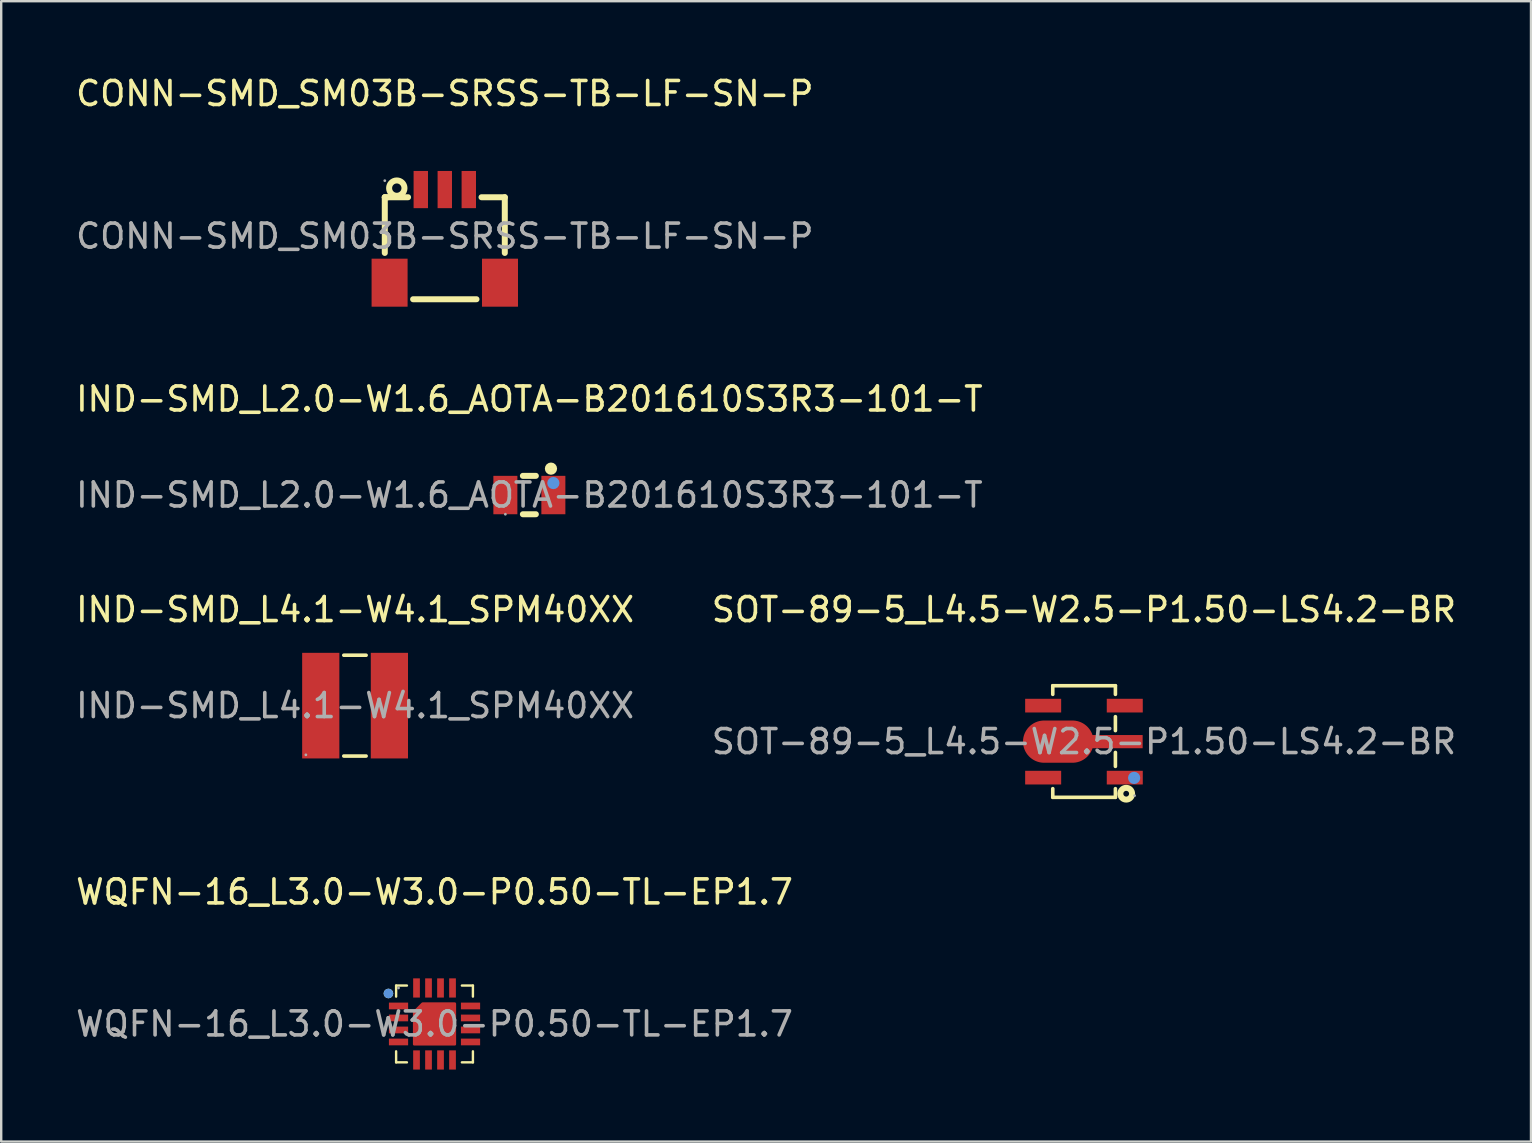
<source format=kicad_pcb>
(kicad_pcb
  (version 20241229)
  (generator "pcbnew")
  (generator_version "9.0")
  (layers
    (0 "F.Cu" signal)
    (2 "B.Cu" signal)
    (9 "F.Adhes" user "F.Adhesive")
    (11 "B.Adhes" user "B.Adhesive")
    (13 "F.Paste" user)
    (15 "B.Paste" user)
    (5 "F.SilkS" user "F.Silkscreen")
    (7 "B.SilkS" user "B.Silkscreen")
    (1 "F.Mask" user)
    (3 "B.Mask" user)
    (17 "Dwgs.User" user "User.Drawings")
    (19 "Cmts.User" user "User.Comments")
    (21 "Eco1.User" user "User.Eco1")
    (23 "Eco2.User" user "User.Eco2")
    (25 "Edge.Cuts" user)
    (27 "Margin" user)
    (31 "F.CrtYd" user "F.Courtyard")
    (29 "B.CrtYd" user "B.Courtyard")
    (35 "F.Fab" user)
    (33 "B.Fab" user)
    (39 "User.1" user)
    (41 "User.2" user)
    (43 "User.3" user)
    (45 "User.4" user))
  (footprint "SOT-89-5_L4.5-W2.5-P1.50-LS4.2-BR"
    (layer "F.Cu")
    (at 42.113 27.85)
    (property "Reference" "SOT-89-5_L4.5-W2.5-P1.50-LS4.2-BR" (at 0 -5.5 0) (layer "F.SilkS") (effects (font (size 1 1) (thickness 0.15))))
    (attr smd)
    (fp_line (start -1.3 -1.97) (end -1.3 -2.33) (stroke (width 0.15) (type solid)) (layer "F.SilkS"))
    (fp_line (start -1.3 2.32) (end -1.3 1.96) (stroke (width 0.15) (type solid)) (layer "F.SilkS"))
    (fp_line (start 1.31 -2.33) (end -1.3 -2.33) (stroke (width 0.15) (type solid)) (layer "F.SilkS"))
    (fp_line (start 1.31 -2.33) (end 1.31 -1.97) (stroke (width 0.15) (type solid)) (layer "F.SilkS"))
    (fp_line (start 1.31 -1.04) (end 1.31 -0.46) (stroke (width 0.15) (type solid)) (layer "F.SilkS"))
    (fp_line (start 1.31 0.45) (end 1.31 1.03) (stroke (width 0.15) (type solid)) (layer "F.SilkS"))
    (fp_line (start 1.31 1.96) (end 1.31 2.32) (stroke (width 0.15) (type solid)) (layer "F.SilkS"))
    (fp_line (start 1.31 2.32) (end -1.3 2.32) (stroke (width 0.15) (type solid)) (layer "F.SilkS"))
    (fp_circle (center 1.76 2.17) (end 1.88 2.17) (stroke (width 0.25) (type solid)) (fill no) (layer "F.SilkS"))
    (fp_circle (center 2.09 1.51) (end 2.22 1.51) (stroke (width 0.25) (type solid)) (fill no) (layer "Cmts.User"))
    (fp_circle (center 2.11 2.25) (end 2.14 2.25) (stroke (width 0.06) (type solid)) (fill no) (layer "F.Fab"))
    (fp_text user "${REFERENCE}" (at 0 0 0) (layer "F.Fab") (effects (font (size 1 1) (thickness 0.15))))
    (pad "1" smd rect (at 1.7 1.5) (size 1.5 0.57) (layers "F.Cu" "F.Mask" "F.Paste"))
    (pad "2" smd oval (at -1.07 0) (size 2.94 1.76) (layers "F.Cu" "F.Mask" "F.Paste"))
    (pad "2" smd rect (at 1.34 0) (size 2.21 0.55) (layers "F.Cu" "F.Mask" "F.Paste"))
    (pad "3" smd rect (at 1.7 -1.5) (size 1.5 0.57) (layers "F.Cu" "F.Mask" "F.Paste"))
    (pad "4" smd rect (at -1.7 -1.5) (size 1.5 0.57) (layers "F.Cu" "F.Mask" "F.Paste"))
    (pad "5" smd rect (at -1.7 1.5) (size 1.5 0.57) (layers "F.Cu" "F.Mask" "F.Paste")))
  (footprint "WQFN-16_L3.0-W3.0-P0.50-TL-EP1.7"
    (layer "F.Cu")
    (at 15.054 39.613)
    (property "Reference" "WQFN-16_L3.0-W3.0-P0.50-TL-EP1.7" (at 0 -5.5 0) (layer "F.SilkS") (effects (font (size 1 1) (thickness 0.15))))
    (attr smd)
    (fp_line (start -1.6 -1.6) (end -1.6 -1.14) (stroke (width 0.1) (type solid)) (layer "F.SilkS"))
    (fp_line (start -1.6 1.14) (end -1.6 1.6) (stroke (width 0.1) (type solid)) (layer "F.SilkS"))
    (fp_line (start -1.6 1.6) (end -1.15 1.6) (stroke (width 0.1) (type solid)) (layer "F.SilkS"))
    (fp_line (start -1.15 -1.6) (end -1.6 -1.6) (stroke (width 0.1) (type solid)) (layer "F.SilkS"))
    (fp_line (start 1.14 1.6) (end 1.6 1.6) (stroke (width 0.1) (type solid)) (layer "F.SilkS"))
    (fp_line (start 1.6 -1.6) (end 1.14 -1.6) (stroke (width 0.1) (type solid)) (layer "F.SilkS"))
    (fp_line (start 1.6 -1.6) (end 1.6 -1.14) (stroke (width 0.1) (type solid)) (layer "F.SilkS"))
    (fp_line (start 1.6 1.14) (end 1.6 1.6) (stroke (width 0.1) (type solid)) (layer "F.SilkS"))
    (fp_circle (center -1.92 -1.27) (end -1.82 -1.27) (stroke (width 0.2) (type solid)) (fill no) (layer "F.SilkS"))
    (fp_circle (center -1.92 -1.27) (end -1.82 -1.27) (stroke (width 0.2) (type solid)) (fill no) (layer "Cmts.User"))
    (fp_circle (center -1.5 -1.5) (end -1.47 -1.5) (stroke (width 0.06) (type solid)) (fill no) (layer "F.Fab"))
    (fp_text user "${REFERENCE}" (at 0 0 0) (layer "F.Fab") (effects (font (size 1 1) (thickness 0.15))))
    (pad "1" smd rect (at -1.5 -0.75 270) (size 0.28 0.8) (layers "F.Cu" "F.Mask" "F.Paste"))
    (pad "2" smd rect (at -1.5 -0.25 270) (size 0.28 0.8) (layers "F.Cu" "F.Mask" "F.Paste"))
    (pad "3" smd rect (at -1.5 0.25 270) (size 0.28 0.8) (layers "F.Cu" "F.Mask" "F.Paste"))
    (pad "4" smd rect (at -1.5 0.75 270) (size 0.28 0.8) (layers "F.Cu" "F.Mask" "F.Paste"))
    (pad "5" smd rect (at -0.75 1.5 270) (size 0.8 0.28) (layers "F.Cu" "F.Mask" "F.Paste"))
    (pad "6" smd rect (at -0.25 1.5 270) (size 0.8 0.28) (layers "F.Cu" "F.Mask" "F.Paste"))
    (pad "7" smd rect (at 0.25 1.5 270) (size 0.8 0.28) (layers "F.Cu" "F.Mask" "F.Paste"))
    (pad "8" smd rect (at 0.75 1.5 270) (size 0.8 0.28) (layers "F.Cu" "F.Mask" "F.Paste"))
    (pad "9" smd rect (at 1.5 0.75 270) (size 0.28 0.8) (layers "F.Cu" "F.Mask" "F.Paste"))
    (pad "10" smd rect (at 1.5 0.25 270) (size 0.28 0.8) (layers "F.Cu" "F.Mask" "F.Paste"))
    (pad "11" smd rect (at 1.5 -0.25 270) (size 0.28 0.8) (layers "F.Cu" "F.Mask" "F.Paste"))
    (pad "12" smd rect (at 1.5 -0.75 270) (size 0.28 0.8) (layers "F.Cu" "F.Mask" "F.Paste"))
    (pad "13" smd rect (at 0.75 -1.5 270) (size 0.8 0.28) (layers "F.Cu" "F.Mask" "F.Paste"))
    (pad "14" smd rect (at 0.25 -1.5 270) (size 0.8 0.28) (layers "F.Cu" "F.Mask" "F.Paste"))
    (pad "15" smd rect (at -0.25 -1.5 270) (size 0.8 0.28) (layers "F.Cu" "F.Mask" "F.Paste"))
    (pad "16" smd rect (at -0.75 -1.5 270) (size 0.8 0.28) (layers "F.Cu" "F.Mask" "F.Paste"))
    (pad "17" smd custom (at 0 0) (size 0.01 0.01) (layers "F.Cu" "F.Mask" "F.Paste") (options (anchor circle)) (primitives (gr_poly (pts (xy 0.85 -0.85) (xy 0.85 0.85) (xy -0.85 0.85) (xy -0.85 -0.5) (xy -0.5 -0.85)) (width 0.1) (fill yes)))))
  (footprint "IND-SMD_L4.1-W4.1_SPM40XX"
    (layer "F.Cu")
    (at 11.744 26.35)
    (property "Reference" "IND-SMD_L4.1-W4.1_SPM40XX" (at 0 -4 0) (layer "F.SilkS") (effects (font (size 1 1) (thickness 0.15))))
    (attr through_hole)
    (fp_line (start -0.47 -2.1) (end 0.46 -2.1) (stroke (width 0.15) (type solid)) (layer "F.SilkS"))
    (fp_line (start -0.47 2.1) (end 0.46 2.1) (stroke (width 0.15) (type solid)) (layer "F.SilkS"))
    (fp_circle (center -2.05 2.05) (end -2.02 2.05) (stroke (width 0.06) (type solid)) (fill no) (layer "F.Fab"))
    (fp_text user "${REFERENCE}" (at 0 0 0) (layer "F.Fab") (effects (font (size 1 1) (thickness 0.15))))
    (pad "1" smd rect (at -1.43 0) (size 1.55 4.4) (layers "F.Cu" "F.Mask" "F.Paste"))
    (pad "2" smd rect (at 1.43 0) (size 1.55 4.4) (layers "F.Cu" "F.Mask" "F.Paste")))
  (footprint "IND-SMD_L2.0-W1.6_AOTA-B201610S3R3-101-T"
    (layer "F.Cu")
    (at 19.006 17.576)
    (property "Reference" "IND-SMD_L2.0-W1.6_AOTA-B201610S3R3-101-T" (at 0 -4 0) (layer "F.SilkS") (effects (font (size 1 1) (thickness 0.15))))
    (attr smd)
    (fp_line (start -0.27 -0.8) (end 0.27 -0.8) (stroke (width 0.25) (type solid)) (layer "F.SilkS"))
    (fp_line (start -0.27 0.8) (end 0.27 0.8) (stroke (width 0.25) (type solid)) (layer "F.SilkS"))
    (fp_circle (center 0.9 -1.1) (end 1.03 -1.1) (stroke (width 0.25) (type solid)) (fill no) (layer "F.SilkS"))
    (fp_circle (center 1 -0.5) (end 1.13 -0.5) (stroke (width 0.25) (type solid)) (fill no) (layer "Cmts.User"))
    (fp_circle (center -1 0.8) (end -0.97 0.8) (stroke (width 0.06) (type solid)) (fill no) (layer "F.Fab"))
    (fp_text user "${REFERENCE}" (at 0 0 0) (layer "F.Fab") (effects (font (size 1 1) (thickness 0.15))))
    (pad "1" smd rect (at -1 0) (size 1 1.6) (layers "F.Cu" "F.Mask" "F.Paste"))
    (pad "2" smd rect (at 1 0) (size 1 1.6) (layers "F.Cu" "F.Mask" "F.Paste")))
  (footprint "CONN-SMD_SM03B-SRSS-TB-LF-SN-P"
    (layer "F.Cu")
    (at 15.482 6.788)
    (property "Reference" "CONN-SMD_SM03B-SRSS-TB-LF-SN-P" (at 0 -5.94 0) (layer "F.SilkS") (effects (font (size 1 1) (thickness 0.15))))
    (attr smd)
    (fp_line (start -2.5 -1.62) (end -2.5 0.7) (stroke (width 0.25) (type solid)) (layer "F.SilkS"))
    (fp_line (start -2.5 -1.62) (end -1.53 -1.62) (stroke (width 0.25) (type solid)) (layer "F.SilkS"))
    (fp_line (start -2.37 -1.62) (end -2.5 -1.62) (stroke (width 0.25) (type solid)) (layer "F.SilkS"))
    (fp_line (start -1.32 2.63) (end 1.32 2.63) (stroke (width 0.25) (type solid)) (layer "F.SilkS"))
    (fp_line (start 1.53 -1.62) (end 2.5 -1.62) (stroke (width 0.25) (type solid)) (layer "F.SilkS"))
    (fp_line (start 2.5 -1.62) (end 2.5 0.7) (stroke (width 0.25) (type solid)) (layer "F.SilkS"))
    (fp_circle (center -2 -2) (end -1.68 -2) (stroke (width 0.25) (type solid)) (fill no) (layer "F.SilkS"))
    (fp_circle (center -2.5 -2.31) (end -2.47 -2.31) (stroke (width 0.06) (type solid)) (fill no) (layer "F.Fab"))
    (fp_text user "${REFERENCE}" (at 0 0 0) (layer "F.Fab") (effects (font (size 1 1) (thickness 0.15))))
    (pad "1" smd rect (at -1 -1.94) (size 0.6 1.55) (layers "F.Cu" "F.Mask" "F.Paste"))
    (pad "2" smd rect (at 0 -1.94) (size 0.6 1.55) (layers "F.Cu" "F.Mask" "F.Paste"))
    (pad "3" smd rect (at 1 -1.94) (size 0.6 1.55) (layers "F.Cu" "F.Mask" "F.Paste"))
    (pad "4" smd rect (at 2.3 1.94) (size 1.5 2) (layers "F.Cu" "F.Mask" "F.Paste"))
    (pad "5" smd rect (at -2.3 1.94) (size 1.5 2) (layers "F.Cu" "F.Mask" "F.Paste")))
  (gr_rect
    (start -3 -3)
    (end 60.738 44.513)
    (stroke (width 0.1) (type default))
    (fill no)
    (layer "Edge.Cuts")))
</source>
